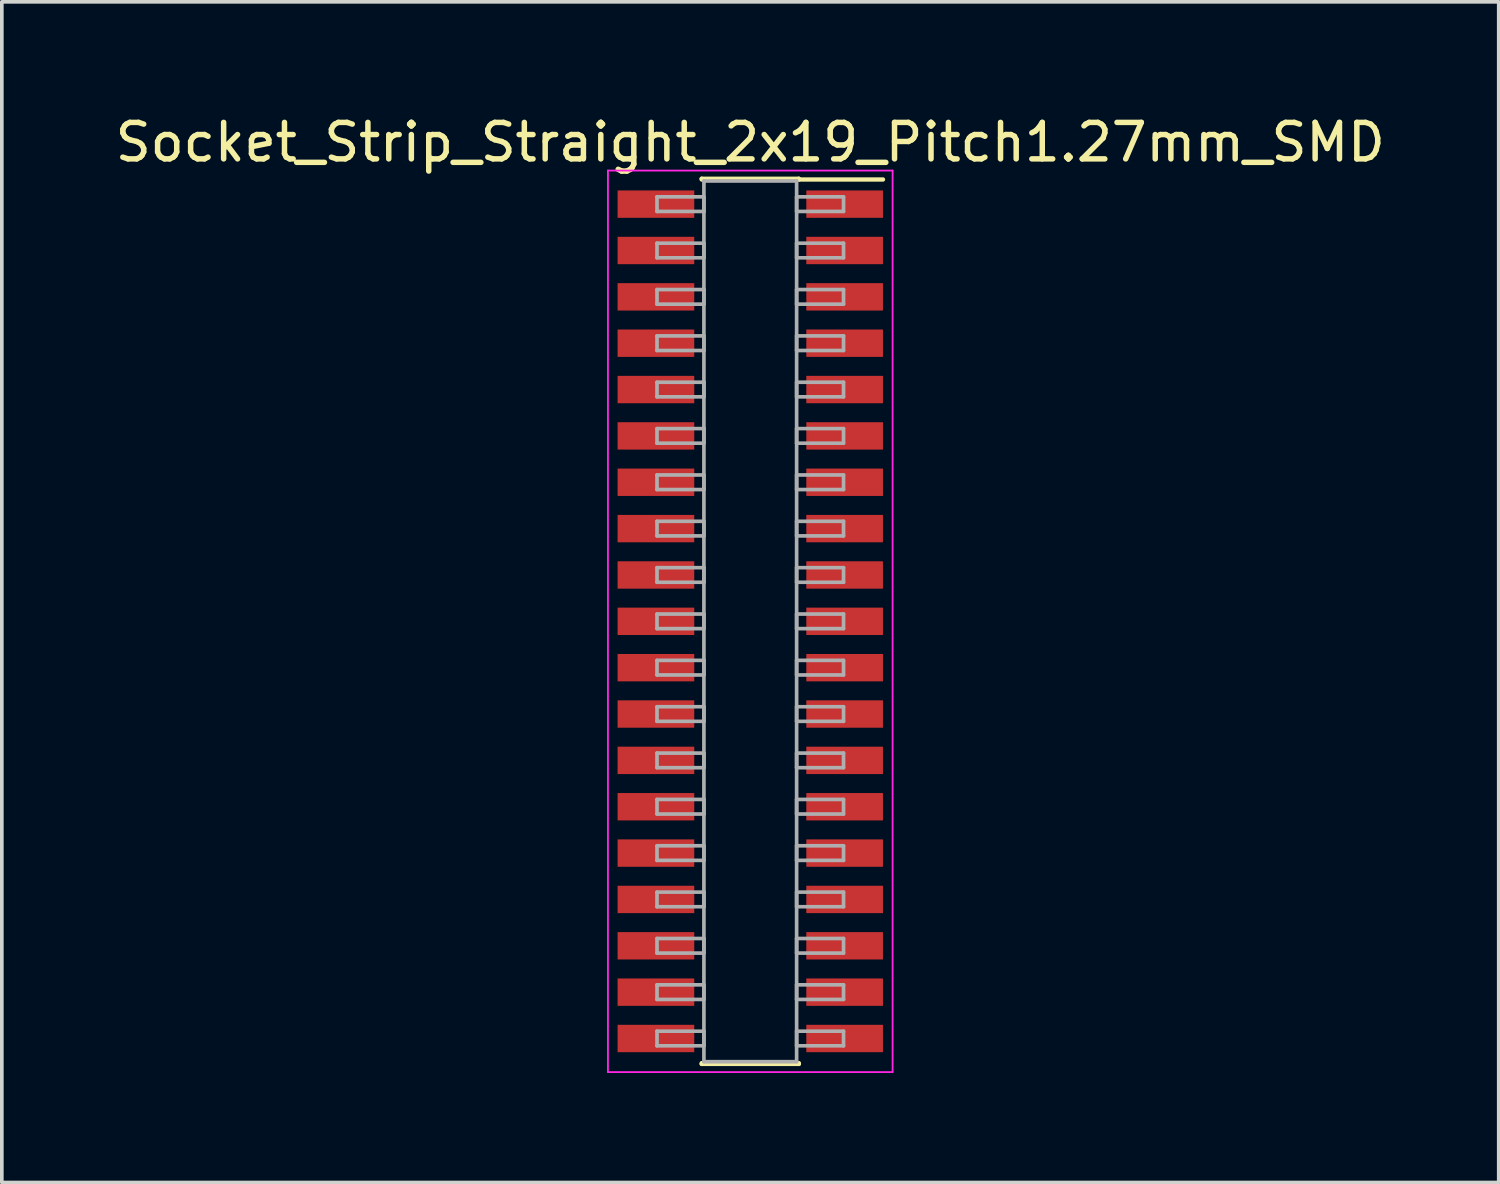
<source format=kicad_pcb>
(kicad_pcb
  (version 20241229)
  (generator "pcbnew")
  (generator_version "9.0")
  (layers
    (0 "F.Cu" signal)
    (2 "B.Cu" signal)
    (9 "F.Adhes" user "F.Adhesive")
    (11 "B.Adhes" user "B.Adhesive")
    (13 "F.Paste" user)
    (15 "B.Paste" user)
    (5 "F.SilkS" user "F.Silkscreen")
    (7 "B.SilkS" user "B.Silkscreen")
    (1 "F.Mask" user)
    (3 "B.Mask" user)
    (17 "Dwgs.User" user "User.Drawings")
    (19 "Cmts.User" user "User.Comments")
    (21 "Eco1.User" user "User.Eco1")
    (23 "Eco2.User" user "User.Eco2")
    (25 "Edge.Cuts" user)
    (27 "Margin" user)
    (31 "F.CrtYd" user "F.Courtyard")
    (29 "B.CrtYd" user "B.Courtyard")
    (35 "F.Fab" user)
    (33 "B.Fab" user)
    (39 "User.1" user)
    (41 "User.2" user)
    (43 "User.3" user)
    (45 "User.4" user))
  (footprint "Socket_Strip_Straight_2x19_Pitch1.27mm_SMD"
    (layer "F.Cu")
    (at 17.506 13.973)
    (property "Reference" "Socket_Strip_Straight_2x19_Pitch1.27mm_SMD" (at 0 -13.125 0) (layer "F.SilkS") (effects (font (size 1 1) (thickness 0.15))))
    (attr smd)
    (fp_line (start -1.33 -12.125) (end 1.33 -12.125) (stroke (width 0.12) (type solid)) (layer "F.SilkS"))
    (fp_line (start -1.33 -12.105) (end -1.33 -12.125) (stroke (width 0.12) (type solid)) (layer "F.SilkS"))
    (fp_line (start -1.33 12.105) (end -1.33 12.125) (stroke (width 0.12) (type solid)) (layer "F.SilkS"))
    (fp_line (start -1.33 12.125) (end 1.33 12.125) (stroke (width 0.12) (type solid)) (layer "F.SilkS"))
    (fp_line (start 1.33 -12.125) (end 1.33 -12.105) (stroke (width 0.12) (type solid)) (layer "F.SilkS"))
    (fp_line (start 1.33 12.125) (end 1.33 12.105) (stroke (width 0.12) (type solid)) (layer "F.SilkS"))
    (fp_line (start 3.635 -12.105) (end 1.33 -12.105) (stroke (width 0.12) (type solid)) (layer "F.SilkS"))
    (fp_line (start -3.9 -12.35) (end -3.9 12.35) (stroke (width 0.05) (type solid)) (layer "F.CrtYd"))
    (fp_line (start -3.9 12.35) (end 3.9 12.35) (stroke (width 0.05) (type solid)) (layer "F.CrtYd"))
    (fp_line (start 3.9 -12.35) (end -3.9 -12.35) (stroke (width 0.05) (type solid)) (layer "F.CrtYd"))
    (fp_line (start 3.9 12.35) (end 3.9 -12.35) (stroke (width 0.05) (type solid)) (layer "F.CrtYd"))
    (fp_line (start -2.555 -11.63) (end -1.27 -11.63) (stroke (width 0.1) (type solid)) (layer "F.Fab"))
    (fp_line (start -2.555 -11.23) (end -2.555 -11.63) (stroke (width 0.1) (type solid)) (layer "F.Fab"))
    (fp_line (start -2.555 -10.36) (end -1.27 -10.36) (stroke (width 0.1) (type solid)) (layer "F.Fab"))
    (fp_line (start -2.555 -9.96) (end -2.555 -10.36) (stroke (width 0.1) (type solid)) (layer "F.Fab"))
    (fp_line (start -2.555 -9.09) (end -1.27 -9.09) (stroke (width 0.1) (type solid)) (layer "F.Fab"))
    (fp_line (start -2.555 -8.69) (end -2.555 -9.09) (stroke (width 0.1) (type solid)) (layer "F.Fab"))
    (fp_line (start -2.555 -7.82) (end -1.27 -7.82) (stroke (width 0.1) (type solid)) (layer "F.Fab"))
    (fp_line (start -2.555 -7.42) (end -2.555 -7.82) (stroke (width 0.1) (type solid)) (layer "F.Fab"))
    (fp_line (start -2.555 -6.55) (end -1.27 -6.55) (stroke (width 0.1) (type solid)) (layer "F.Fab"))
    (fp_line (start -2.555 -6.15) (end -2.555 -6.55) (stroke (width 0.1) (type solid)) (layer "F.Fab"))
    (fp_line (start -2.555 -5.28) (end -1.27 -5.28) (stroke (width 0.1) (type solid)) (layer "F.Fab"))
    (fp_line (start -2.555 -4.88) (end -2.555 -5.28) (stroke (width 0.1) (type solid)) (layer "F.Fab"))
    (fp_line (start -2.555 -4.01) (end -1.27 -4.01) (stroke (width 0.1) (type solid)) (layer "F.Fab"))
    (fp_line (start -2.555 -3.61) (end -2.555 -4.01) (stroke (width 0.1) (type solid)) (layer "F.Fab"))
    (fp_line (start -2.555 -2.74) (end -1.27 -2.74) (stroke (width 0.1) (type solid)) (layer "F.Fab"))
    (fp_line (start -2.555 -2.34) (end -2.555 -2.74) (stroke (width 0.1) (type solid)) (layer "F.Fab"))
    (fp_line (start -2.555 -1.47) (end -1.27 -1.47) (stroke (width 0.1) (type solid)) (layer "F.Fab"))
    (fp_line (start -2.555 -1.07) (end -2.555 -1.47) (stroke (width 0.1) (type solid)) (layer "F.Fab"))
    (fp_line (start -2.555 -0.2) (end -1.27 -0.2) (stroke (width 0.1) (type solid)) (layer "F.Fab"))
    (fp_line (start -2.555 0.2) (end -2.555 -0.2) (stroke (width 0.1) (type solid)) (layer "F.Fab"))
    (fp_line (start -2.555 1.07) (end -1.27 1.07) (stroke (width 0.1) (type solid)) (layer "F.Fab"))
    (fp_line (start -2.555 1.47) (end -2.555 1.07) (stroke (width 0.1) (type solid)) (layer "F.Fab"))
    (fp_line (start -2.555 2.34) (end -1.27 2.34) (stroke (width 0.1) (type solid)) (layer "F.Fab"))
    (fp_line (start -2.555 2.74) (end -2.555 2.34) (stroke (width 0.1) (type solid)) (layer "F.Fab"))
    (fp_line (start -2.555 3.61) (end -1.27 3.61) (stroke (width 0.1) (type solid)) (layer "F.Fab"))
    (fp_line (start -2.555 4.01) (end -2.555 3.61) (stroke (width 0.1) (type solid)) (layer "F.Fab"))
    (fp_line (start -2.555 4.88) (end -1.27 4.88) (stroke (width 0.1) (type solid)) (layer "F.Fab"))
    (fp_line (start -2.555 5.28) (end -2.555 4.88) (stroke (width 0.1) (type solid)) (layer "F.Fab"))
    (fp_line (start -2.555 6.15) (end -1.27 6.15) (stroke (width 0.1) (type solid)) (layer "F.Fab"))
    (fp_line (start -2.555 6.55) (end -2.555 6.15) (stroke (width 0.1) (type solid)) (layer "F.Fab"))
    (fp_line (start -2.555 7.42) (end -1.27 7.42) (stroke (width 0.1) (type solid)) (layer "F.Fab"))
    (fp_line (start -2.555 7.82) (end -2.555 7.42) (stroke (width 0.1) (type solid)) (layer "F.Fab"))
    (fp_line (start -2.555 8.69) (end -1.27 8.69) (stroke (width 0.1) (type solid)) (layer "F.Fab"))
    (fp_line (start -2.555 9.09) (end -2.555 8.69) (stroke (width 0.1) (type solid)) (layer "F.Fab"))
    (fp_line (start -2.555 9.96) (end -1.27 9.96) (stroke (width 0.1) (type solid)) (layer "F.Fab"))
    (fp_line (start -2.555 10.36) (end -2.555 9.96) (stroke (width 0.1) (type solid)) (layer "F.Fab"))
    (fp_line (start -2.555 11.23) (end -1.27 11.23) (stroke (width 0.1) (type solid)) (layer "F.Fab"))
    (fp_line (start -2.555 11.63) (end -2.555 11.23) (stroke (width 0.1) (type solid)) (layer "F.Fab"))
    (fp_line (start -1.27 -12.065) (end -1.27 12.065) (stroke (width 0.1) (type solid)) (layer "F.Fab"))
    (fp_line (start -1.27 -11.63) (end -1.27 -11.23) (stroke (width 0.1) (type solid)) (layer "F.Fab"))
    (fp_line (start -1.27 -11.23) (end -2.555 -11.23) (stroke (width 0.1) (type solid)) (layer "F.Fab"))
    (fp_line (start -1.27 -10.36) (end -1.27 -9.96) (stroke (width 0.1) (type solid)) (layer "F.Fab"))
    (fp_line (start -1.27 -9.96) (end -2.555 -9.96) (stroke (width 0.1) (type solid)) (layer "F.Fab"))
    (fp_line (start -1.27 -9.09) (end -1.27 -8.69) (stroke (width 0.1) (type solid)) (layer "F.Fab"))
    (fp_line (start -1.27 -8.69) (end -2.555 -8.69) (stroke (width 0.1) (type solid)) (layer "F.Fab"))
    (fp_line (start -1.27 -7.82) (end -1.27 -7.42) (stroke (width 0.1) (type solid)) (layer "F.Fab"))
    (fp_line (start -1.27 -7.42) (end -2.555 -7.42) (stroke (width 0.1) (type solid)) (layer "F.Fab"))
    (fp_line (start -1.27 -6.55) (end -1.27 -6.15) (stroke (width 0.1) (type solid)) (layer "F.Fab"))
    (fp_line (start -1.27 -6.15) (end -2.555 -6.15) (stroke (width 0.1) (type solid)) (layer "F.Fab"))
    (fp_line (start -1.27 -5.28) (end -1.27 -4.88) (stroke (width 0.1) (type solid)) (layer "F.Fab"))
    (fp_line (start -1.27 -4.88) (end -2.555 -4.88) (stroke (width 0.1) (type solid)) (layer "F.Fab"))
    (fp_line (start -1.27 -4.01) (end -1.27 -3.61) (stroke (width 0.1) (type solid)) (layer "F.Fab"))
    (fp_line (start -1.27 -3.61) (end -2.555 -3.61) (stroke (width 0.1) (type solid)) (layer "F.Fab"))
    (fp_line (start -1.27 -2.74) (end -1.27 -2.34) (stroke (width 0.1) (type solid)) (layer "F.Fab"))
    (fp_line (start -1.27 -2.34) (end -2.555 -2.34) (stroke (width 0.1) (type solid)) (layer "F.Fab"))
    (fp_line (start -1.27 -1.47) (end -1.27 -1.07) (stroke (width 0.1) (type solid)) (layer "F.Fab"))
    (fp_line (start -1.27 -1.07) (end -2.555 -1.07) (stroke (width 0.1) (type solid)) (layer "F.Fab"))
    (fp_line (start -1.27 -0.2) (end -1.27 0.2) (stroke (width 0.1) (type solid)) (layer "F.Fab"))
    (fp_line (start -1.27 0.2) (end -2.555 0.2) (stroke (width 0.1) (type solid)) (layer "F.Fab"))
    (fp_line (start -1.27 1.07) (end -1.27 1.47) (stroke (width 0.1) (type solid)) (layer "F.Fab"))
    (fp_line (start -1.27 1.47) (end -2.555 1.47) (stroke (width 0.1) (type solid)) (layer "F.Fab"))
    (fp_line (start -1.27 2.34) (end -1.27 2.74) (stroke (width 0.1) (type solid)) (layer "F.Fab"))
    (fp_line (start -1.27 2.74) (end -2.555 2.74) (stroke (width 0.1) (type solid)) (layer "F.Fab"))
    (fp_line (start -1.27 3.61) (end -1.27 4.01) (stroke (width 0.1) (type solid)) (layer "F.Fab"))
    (fp_line (start -1.27 4.01) (end -2.555 4.01) (stroke (width 0.1) (type solid)) (layer "F.Fab"))
    (fp_line (start -1.27 4.88) (end -1.27 5.28) (stroke (width 0.1) (type solid)) (layer "F.Fab"))
    (fp_line (start -1.27 5.28) (end -2.555 5.28) (stroke (width 0.1) (type solid)) (layer "F.Fab"))
    (fp_line (start -1.27 6.15) (end -1.27 6.55) (stroke (width 0.1) (type solid)) (layer "F.Fab"))
    (fp_line (start -1.27 6.55) (end -2.555 6.55) (stroke (width 0.1) (type solid)) (layer "F.Fab"))
    (fp_line (start -1.27 7.42) (end -1.27 7.82) (stroke (width 0.1) (type solid)) (layer "F.Fab"))
    (fp_line (start -1.27 7.82) (end -2.555 7.82) (stroke (width 0.1) (type solid)) (layer "F.Fab"))
    (fp_line (start -1.27 8.69) (end -1.27 9.09) (stroke (width 0.1) (type solid)) (layer "F.Fab"))
    (fp_line (start -1.27 9.09) (end -2.555 9.09) (stroke (width 0.1) (type solid)) (layer "F.Fab"))
    (fp_line (start -1.27 9.96) (end -1.27 10.36) (stroke (width 0.1) (type solid)) (layer "F.Fab"))
    (fp_line (start -1.27 10.36) (end -2.555 10.36) (stroke (width 0.1) (type solid)) (layer "F.Fab"))
    (fp_line (start -1.27 11.23) (end -1.27 11.63) (stroke (width 0.1) (type solid)) (layer "F.Fab"))
    (fp_line (start -1.27 11.63) (end -2.555 11.63) (stroke (width 0.1) (type solid)) (layer "F.Fab"))
    (fp_line (start -1.27 12.065) (end 1.27 12.065) (stroke (width 0.1) (type solid)) (layer "F.Fab"))
    (fp_line (start 1.27 -12.065) (end -1.27 -12.065) (stroke (width 0.1) (type solid)) (layer "F.Fab"))
    (fp_line (start 1.27 -11.63) (end 1.27 -11.23) (stroke (width 0.1) (type solid)) (layer "F.Fab"))
    (fp_line (start 1.27 -11.23) (end 2.555 -11.23) (stroke (width 0.1) (type solid)) (layer "F.Fab"))
    (fp_line (start 1.27 -10.36) (end 1.27 -9.96) (stroke (width 0.1) (type solid)) (layer "F.Fab"))
    (fp_line (start 1.27 -9.96) (end 2.555 -9.96) (stroke (width 0.1) (type solid)) (layer "F.Fab"))
    (fp_line (start 1.27 -9.09) (end 1.27 -8.69) (stroke (width 0.1) (type solid)) (layer "F.Fab"))
    (fp_line (start 1.27 -8.69) (end 2.555 -8.69) (stroke (width 0.1) (type solid)) (layer "F.Fab"))
    (fp_line (start 1.27 -7.82) (end 1.27 -7.42) (stroke (width 0.1) (type solid)) (layer "F.Fab"))
    (fp_line (start 1.27 -7.42) (end 2.555 -7.42) (stroke (width 0.1) (type solid)) (layer "F.Fab"))
    (fp_line (start 1.27 -6.55) (end 1.27 -6.15) (stroke (width 0.1) (type solid)) (layer "F.Fab"))
    (fp_line (start 1.27 -6.15) (end 2.555 -6.15) (stroke (width 0.1) (type solid)) (layer "F.Fab"))
    (fp_line (start 1.27 -5.28) (end 1.27 -4.88) (stroke (width 0.1) (type solid)) (layer "F.Fab"))
    (fp_line (start 1.27 -4.88) (end 2.555 -4.88) (stroke (width 0.1) (type solid)) (layer "F.Fab"))
    (fp_line (start 1.27 -4.01) (end 1.27 -3.61) (stroke (width 0.1) (type solid)) (layer "F.Fab"))
    (fp_line (start 1.27 -3.61) (end 2.555 -3.61) (stroke (width 0.1) (type solid)) (layer "F.Fab"))
    (fp_line (start 1.27 -2.74) (end 1.27 -2.34) (stroke (width 0.1) (type solid)) (layer "F.Fab"))
    (fp_line (start 1.27 -2.34) (end 2.555 -2.34) (stroke (width 0.1) (type solid)) (layer "F.Fab"))
    (fp_line (start 1.27 -1.47) (end 1.27 -1.07) (stroke (width 0.1) (type solid)) (layer "F.Fab"))
    (fp_line (start 1.27 -1.07) (end 2.555 -1.07) (stroke (width 0.1) (type solid)) (layer "F.Fab"))
    (fp_line (start 1.27 -0.2) (end 1.27 0.2) (stroke (width 0.1) (type solid)) (layer "F.Fab"))
    (fp_line (start 1.27 0.2) (end 2.555 0.2) (stroke (width 0.1) (type solid)) (layer "F.Fab"))
    (fp_line (start 1.27 1.07) (end 1.27 1.47) (stroke (width 0.1) (type solid)) (layer "F.Fab"))
    (fp_line (start 1.27 1.47) (end 2.555 1.47) (stroke (width 0.1) (type solid)) (layer "F.Fab"))
    (fp_line (start 1.27 2.34) (end 1.27 2.74) (stroke (width 0.1) (type solid)) (layer "F.Fab"))
    (fp_line (start 1.27 2.74) (end 2.555 2.74) (stroke (width 0.1) (type solid)) (layer "F.Fab"))
    (fp_line (start 1.27 3.61) (end 1.27 4.01) (stroke (width 0.1) (type solid)) (layer "F.Fab"))
    (fp_line (start 1.27 4.01) (end 2.555 4.01) (stroke (width 0.1) (type solid)) (layer "F.Fab"))
    (fp_line (start 1.27 4.88) (end 1.27 5.28) (stroke (width 0.1) (type solid)) (layer "F.Fab"))
    (fp_line (start 1.27 5.28) (end 2.555 5.28) (stroke (width 0.1) (type solid)) (layer "F.Fab"))
    (fp_line (start 1.27 6.15) (end 1.27 6.55) (stroke (width 0.1) (type solid)) (layer "F.Fab"))
    (fp_line (start 1.27 6.55) (end 2.555 6.55) (stroke (width 0.1) (type solid)) (layer "F.Fab"))
    (fp_line (start 1.27 7.42) (end 1.27 7.82) (stroke (width 0.1) (type solid)) (layer "F.Fab"))
    (fp_line (start 1.27 7.82) (end 2.555 7.82) (stroke (width 0.1) (type solid)) (layer "F.Fab"))
    (fp_line (start 1.27 8.69) (end 1.27 9.09) (stroke (width 0.1) (type solid)) (layer "F.Fab"))
    (fp_line (start 1.27 9.09) (end 2.555 9.09) (stroke (width 0.1) (type solid)) (layer "F.Fab"))
    (fp_line (start 1.27 9.96) (end 1.27 10.36) (stroke (width 0.1) (type solid)) (layer "F.Fab"))
    (fp_line (start 1.27 10.36) (end 2.555 10.36) (stroke (width 0.1) (type solid)) (layer "F.Fab"))
    (fp_line (start 1.27 11.23) (end 1.27 11.63) (stroke (width 0.1) (type solid)) (layer "F.Fab"))
    (fp_line (start 1.27 11.63) (end 2.555 11.63) (stroke (width 0.1) (type solid)) (layer "F.Fab"))
    (fp_line (start 1.27 12.065) (end 1.27 -12.065) (stroke (width 0.1) (type solid)) (layer "F.Fab"))
    (fp_line (start 2.555 -11.63) (end 1.27 -11.63) (stroke (width 0.1) (type solid)) (layer "F.Fab"))
    (fp_line (start 2.555 -11.23) (end 2.555 -11.63) (stroke (width 0.1) (type solid)) (layer "F.Fab"))
    (fp_line (start 2.555 -10.36) (end 1.27 -10.36) (stroke (width 0.1) (type solid)) (layer "F.Fab"))
    (fp_line (start 2.555 -9.96) (end 2.555 -10.36) (stroke (width 0.1) (type solid)) (layer "F.Fab"))
    (fp_line (start 2.555 -9.09) (end 1.27 -9.09) (stroke (width 0.1) (type solid)) (layer "F.Fab"))
    (fp_line (start 2.555 -8.69) (end 2.555 -9.09) (stroke (width 0.1) (type solid)) (layer "F.Fab"))
    (fp_line (start 2.555 -7.82) (end 1.27 -7.82) (stroke (width 0.1) (type solid)) (layer "F.Fab"))
    (fp_line (start 2.555 -7.42) (end 2.555 -7.82) (stroke (width 0.1) (type solid)) (layer "F.Fab"))
    (fp_line (start 2.555 -6.55) (end 1.27 -6.55) (stroke (width 0.1) (type solid)) (layer "F.Fab"))
    (fp_line (start 2.555 -6.15) (end 2.555 -6.55) (stroke (width 0.1) (type solid)) (layer "F.Fab"))
    (fp_line (start 2.555 -5.28) (end 1.27 -5.28) (stroke (width 0.1) (type solid)) (layer "F.Fab"))
    (fp_line (start 2.555 -4.88) (end 2.555 -5.28) (stroke (width 0.1) (type solid)) (layer "F.Fab"))
    (fp_line (start 2.555 -4.01) (end 1.27 -4.01) (stroke (width 0.1) (type solid)) (layer "F.Fab"))
    (fp_line (start 2.555 -3.61) (end 2.555 -4.01) (stroke (width 0.1) (type solid)) (layer "F.Fab"))
    (fp_line (start 2.555 -2.74) (end 1.27 -2.74) (stroke (width 0.1) (type solid)) (layer "F.Fab"))
    (fp_line (start 2.555 -2.34) (end 2.555 -2.74) (stroke (width 0.1) (type solid)) (layer "F.Fab"))
    (fp_line (start 2.555 -1.47) (end 1.27 -1.47) (stroke (width 0.1) (type solid)) (layer "F.Fab"))
    (fp_line (start 2.555 -1.07) (end 2.555 -1.47) (stroke (width 0.1) (type solid)) (layer "F.Fab"))
    (fp_line (start 2.555 -0.2) (end 1.27 -0.2) (stroke (width 0.1) (type solid)) (layer "F.Fab"))
    (fp_line (start 2.555 0.2) (end 2.555 -0.2) (stroke (width 0.1) (type solid)) (layer "F.Fab"))
    (fp_line (start 2.555 1.07) (end 1.27 1.07) (stroke (width 0.1) (type solid)) (layer "F.Fab"))
    (fp_line (start 2.555 1.47) (end 2.555 1.07) (stroke (width 0.1) (type solid)) (layer "F.Fab"))
    (fp_line (start 2.555 2.34) (end 1.27 2.34) (stroke (width 0.1) (type solid)) (layer "F.Fab"))
    (fp_line (start 2.555 2.74) (end 2.555 2.34) (stroke (width 0.1) (type solid)) (layer "F.Fab"))
    (fp_line (start 2.555 3.61) (end 1.27 3.61) (stroke (width 0.1) (type solid)) (layer "F.Fab"))
    (fp_line (start 2.555 4.01) (end 2.555 3.61) (stroke (width 0.1) (type solid)) (layer "F.Fab"))
    (fp_line (start 2.555 4.88) (end 1.27 4.88) (stroke (width 0.1) (type solid)) (layer "F.Fab"))
    (fp_line (start 2.555 5.28) (end 2.555 4.88) (stroke (width 0.1) (type solid)) (layer "F.Fab"))
    (fp_line (start 2.555 6.15) (end 1.27 6.15) (stroke (width 0.1) (type solid)) (layer "F.Fab"))
    (fp_line (start 2.555 6.55) (end 2.555 6.15) (stroke (width 0.1) (type solid)) (layer "F.Fab"))
    (fp_line (start 2.555 7.42) (end 1.27 7.42) (stroke (width 0.1) (type solid)) (layer "F.Fab"))
    (fp_line (start 2.555 7.82) (end 2.555 7.42) (stroke (width 0.1) (type solid)) (layer "F.Fab"))
    (fp_line (start 2.555 8.69) (end 1.27 8.69) (stroke (width 0.1) (type solid)) (layer "F.Fab"))
    (fp_line (start 2.555 9.09) (end 2.555 8.69) (stroke (width 0.1) (type solid)) (layer "F.Fab"))
    (fp_line (start 2.555 9.96) (end 1.27 9.96) (stroke (width 0.1) (type solid)) (layer "F.Fab"))
    (fp_line (start 2.555 10.36) (end 2.555 9.96) (stroke (width 0.1) (type solid)) (layer "F.Fab"))
    (fp_line (start 2.555 11.23) (end 1.27 11.23) (stroke (width 0.1) (type solid)) (layer "F.Fab"))
    (fp_line (start 2.555 11.63) (end 2.555 11.23) (stroke (width 0.1) (type solid)) (layer "F.Fab"))
    (pad "1" smd rect (at 2.585 -11.43) (size 2.1 0.75) (layers "F.Cu" "F.Mask"))
    (pad "2" smd rect (at -2.585 -11.43) (size 2.1 0.75) (layers "F.Cu" "F.Mask"))
    (pad "3" smd rect (at 2.585 -10.16) (size 2.1 0.75) (layers "F.Cu" "F.Mask"))
    (pad "4" smd rect (at -2.585 -10.16) (size 2.1 0.75) (layers "F.Cu" "F.Mask"))
    (pad "5" smd rect (at 2.585 -8.89) (size 2.1 0.75) (layers "F.Cu" "F.Mask"))
    (pad "6" smd rect (at -2.585 -8.89) (size 2.1 0.75) (layers "F.Cu" "F.Mask"))
    (pad "7" smd rect (at 2.585 -7.62) (size 2.1 0.75) (layers "F.Cu" "F.Mask"))
    (pad "8" smd rect (at -2.585 -7.62) (size 2.1 0.75) (layers "F.Cu" "F.Mask"))
    (pad "9" smd rect (at 2.585 -6.35) (size 2.1 0.75) (layers "F.Cu" "F.Mask"))
    (pad "10" smd rect (at -2.585 -6.35) (size 2.1 0.75) (layers "F.Cu" "F.Mask"))
    (pad "11" smd rect (at 2.585 -5.08) (size 2.1 0.75) (layers "F.Cu" "F.Mask"))
    (pad "12" smd rect (at -2.585 -5.08) (size 2.1 0.75) (layers "F.Cu" "F.Mask"))
    (pad "13" smd rect (at 2.585 -3.81) (size 2.1 0.75) (layers "F.Cu" "F.Mask"))
    (pad "14" smd rect (at -2.585 -3.81) (size 2.1 0.75) (layers "F.Cu" "F.Mask"))
    (pad "15" smd rect (at 2.585 -2.54) (size 2.1 0.75) (layers "F.Cu" "F.Mask"))
    (pad "16" smd rect (at -2.585 -2.54) (size 2.1 0.75) (layers "F.Cu" "F.Mask"))
    (pad "17" smd rect (at 2.585 -1.27) (size 2.1 0.75) (layers "F.Cu" "F.Mask"))
    (pad "18" smd rect (at -2.585 -1.27) (size 2.1 0.75) (layers "F.Cu" "F.Mask"))
    (pad "19" smd rect (at 2.585 0) (size 2.1 0.75) (layers "F.Cu" "F.Mask"))
    (pad "20" smd rect (at -2.585 0) (size 2.1 0.75) (layers "F.Cu" "F.Mask"))
    (pad "21" smd rect (at 2.585 1.27) (size 2.1 0.75) (layers "F.Cu" "F.Mask"))
    (pad "22" smd rect (at -2.585 1.27) (size 2.1 0.75) (layers "F.Cu" "F.Mask"))
    (pad "23" smd rect (at 2.585 2.54) (size 2.1 0.75) (layers "F.Cu" "F.Mask"))
    (pad "24" smd rect (at -2.585 2.54) (size 2.1 0.75) (layers "F.Cu" "F.Mask"))
    (pad "25" smd rect (at 2.585 3.81) (size 2.1 0.75) (layers "F.Cu" "F.Mask"))
    (pad "26" smd rect (at -2.585 3.81) (size 2.1 0.75) (layers "F.Cu" "F.Mask"))
    (pad "27" smd rect (at 2.585 5.08) (size 2.1 0.75) (layers "F.Cu" "F.Mask"))
    (pad "28" smd rect (at -2.585 5.08) (size 2.1 0.75) (layers "F.Cu" "F.Mask"))
    (pad "29" smd rect (at 2.585 6.35) (size 2.1 0.75) (layers "F.Cu" "F.Mask"))
    (pad "30" smd rect (at -2.585 6.35) (size 2.1 0.75) (layers "F.Cu" "F.Mask"))
    (pad "31" smd rect (at 2.585 7.62) (size 2.1 0.75) (layers "F.Cu" "F.Mask"))
    (pad "32" smd rect (at -2.585 7.62) (size 2.1 0.75) (layers "F.Cu" "F.Mask"))
    (pad "33" smd rect (at 2.585 8.89) (size 2.1 0.75) (layers "F.Cu" "F.Mask"))
    (pad "34" smd rect (at -2.585 8.89) (size 2.1 0.75) (layers "F.Cu" "F.Mask"))
    (pad "35" smd rect (at 2.585 10.16) (size 2.1 0.75) (layers "F.Cu" "F.Mask"))
    (pad "36" smd rect (at -2.585 10.16) (size 2.1 0.75) (layers "F.Cu" "F.Mask"))
    (pad "37" smd rect (at 2.585 11.43) (size 2.1 0.75) (layers "F.Cu" "F.Mask"))
    (pad "38" smd rect (at -2.585 11.43) (size 2.1 0.75) (layers "F.Cu" "F.Mask")))
  (gr_rect
    (start -3 -3)
    (end 38.012 29.348)
    (stroke (width 0.1) (type default))
    (fill no)
    (layer "Edge.Cuts")))
</source>
